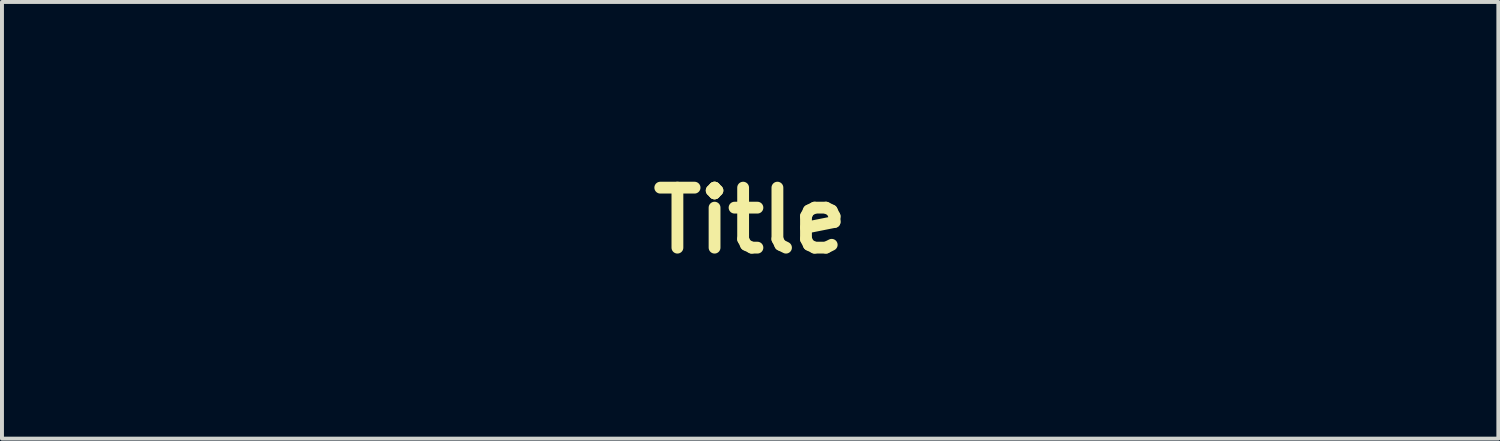
<source format=kicad_pcb>
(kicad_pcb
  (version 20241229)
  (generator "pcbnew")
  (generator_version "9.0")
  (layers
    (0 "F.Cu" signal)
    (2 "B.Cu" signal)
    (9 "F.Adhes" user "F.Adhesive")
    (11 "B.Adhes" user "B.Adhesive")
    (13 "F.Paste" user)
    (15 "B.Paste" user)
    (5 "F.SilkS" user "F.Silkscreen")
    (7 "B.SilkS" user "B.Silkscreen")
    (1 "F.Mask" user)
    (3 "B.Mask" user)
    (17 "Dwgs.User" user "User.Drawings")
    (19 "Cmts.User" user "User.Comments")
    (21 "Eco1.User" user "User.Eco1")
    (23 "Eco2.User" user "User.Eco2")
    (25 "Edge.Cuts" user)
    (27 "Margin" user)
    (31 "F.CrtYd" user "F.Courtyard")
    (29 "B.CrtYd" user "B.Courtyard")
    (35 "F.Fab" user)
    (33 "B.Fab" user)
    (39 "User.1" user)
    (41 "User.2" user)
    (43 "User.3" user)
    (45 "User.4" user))
  (footprint "Title"
    (layer "F.Cu")
    (at 16.007 2.551)
    (property "Reference" "Title" (at 0 0 0) (layer "F.SilkS") (effects (font (size 1.524 1.524) (thickness 0.3))))
    (attr through_hole)
    (fp_poly (pts (xy -11.417 -1.079) (xy -11.245 -1.014) (xy -11.11 -0.905) (xy -11.068 -0.843) (xy -11.017 -0.664) (xy -11.013 -0.436) (xy -11.051 -0.18) (xy -11.125 0.088) (xy -11.231 0.348) (xy -11.362 0.583) (xy -11.514 0.774) (xy -11.569 0.826) (xy -11.769 0.971) (xy -12 1.1) (xy -12.235 1.199) (xy -12.444 1.255) (xy -12.483 1.26) (xy -12.619 1.265) (xy -12.712 1.241) (xy -12.804 1.175) (xy -12.823 1.158) (xy -12.933 1.026) (xy -12.993 0.862) (xy -13.007 0.65) (xy -12.994 0.481) (xy -12.554 0.481) (xy -12.524 0.685) (xy -12.454 0.84) (xy -12.35 0.94) (xy -12.219 0.978) (xy -12.07 0.944) (xy -11.925 0.849) (xy -11.793 0.693) (xy -11.671 0.48) (xy -11.571 0.236) (xy -11.504 -0.014) (xy -11.483 -0.165) (xy -11.482 -0.399) (xy -11.518 -0.569) (xy -11.595 -0.69) (xy -11.661 -0.743) (xy -11.795 -0.787) (xy -11.94 -0.756) (xy -12.085 -0.661) (xy -12.225 -0.509) (xy -12.35 -0.31) (xy -12.453 -0.073) (xy -12.526 0.194) (xy -12.534 0.237) (xy -12.554 0.481) (xy -12.994 0.481) (xy -12.993 0.462) (xy -12.909 0.07) (xy -12.759 -0.269) (xy -12.543 -0.556) (xy -12.26 -0.791) (xy -12.051 -0.911) (xy -11.884 -0.987) (xy -11.724 -1.048) (xy -11.605 -1.083) (xy -11.594 -1.085) (xy -11.417 -1.079)) (stroke (width 0.01) (type solid)) (fill yes) (layer "F.Mask"))
    (fp_poly (pts (xy 0.326 -2.01) (xy 0.492 -1.888) (xy 0.552 -1.808) (xy 0.619 -1.67) (xy 0.625 -1.556) (xy 0.565 -1.445) (xy 0.435 -1.317) (xy 0.434 -1.316) (xy 0.233 -1.144) (xy 0.199 -1.281) (xy 0.128 -1.505) (xy 0.033 -1.654) (xy -0.094 -1.741) (xy -0.267 -1.776) (xy -0.33 -1.778) (xy -0.517 -1.746) (xy -0.73 -1.659) (xy -0.946 -1.53) (xy -1.141 -1.371) (xy -1.206 -1.304) (xy -1.473 -0.949) (xy -1.677 -0.546) (xy -1.82 -0.089) (xy -1.864 0.126) (xy -1.894 0.463) (xy -1.857 0.752) (xy -1.754 0.991) (xy -1.585 1.178) (xy -1.563 1.195) (xy -1.386 1.276) (xy -1.161 1.298) (xy -0.899 1.264) (xy -0.613 1.176) (xy -0.314 1.034) (xy -0.278 1.014) (xy -0.137 0.936) (xy -0.024 0.88) (xy 0.042 0.856) (xy 0.049 0.856) (xy 0.071 0.896) (xy 0.033 0.966) (xy -0.056 1.056) (xy -0.183 1.152) (xy -0.318 1.235) (xy -0.659 1.398) (xy -0.993 1.514) (xy -1.306 1.581) (xy -1.585 1.596) (xy -1.816 1.556) (xy -1.835 1.55) (xy -2.06 1.427) (xy -2.224 1.248) (xy -2.326 1.012) (xy -2.368 0.717) (xy -2.37 0.652) (xy -2.332 0.227) (xy -2.22 -0.195) (xy -2.042 -0.6) (xy -1.807 -0.978) (xy -1.523 -1.319) (xy -1.197 -1.609) (xy -0.839 -1.839) (xy -0.472 -1.991) (xy -0.159 -2.062) (xy 0.108 -2.068) (xy 0.326 -2.01)) (stroke (width 0.01) (type solid)) (fill yes) (layer "F.Mask"))
    (fp_poly (pts (xy 6.884 -2.531) (xy 7.118 -2.519) (xy 6.999 -2.361) (xy 6.919 -2.265) (xy 6.852 -2.223) (xy 6.762 -2.22) (xy 6.704 -2.227) (xy 6.603 -2.237) (xy 6.518 -2.23) (xy 6.445 -2.199) (xy 6.38 -2.136) (xy 6.319 -2.033) (xy 6.258 -1.883) (xy 6.192 -1.677) (xy 6.118 -1.409) (xy 6.031 -1.071) (xy 5.976 -0.847) (xy 5.873 -0.425) (xy 5.791 -0.079) (xy 5.729 0.198) (xy 5.686 0.411) (xy 5.66 0.568) (xy 5.65 0.673) (xy 5.655 0.733) (xy 5.656 0.738) (xy 5.716 0.796) (xy 5.816 0.792) (xy 5.907 0.747) (xy 5.991 0.694) (xy 6.114 0.619) (xy 6.191 0.574) (xy 6.306 0.51) (xy 6.366 0.487) (xy 6.389 0.502) (xy 6.392 0.541) (xy 6.359 0.596) (xy 6.269 0.684) (xy 6.137 0.793) (xy 5.981 0.913) (xy 5.814 1.031) (xy 5.654 1.136) (xy 5.516 1.218) (xy 5.414 1.264) (xy 5.383 1.27) (xy 5.293 1.23) (xy 5.229 1.145) (xy 5.184 1.033) (xy 5.165 0.94) (xy 5.174 0.878) (xy 5.2 0.746) (xy 5.241 0.558) (xy 5.292 0.327) (xy 5.351 0.065) (xy 5.415 -0.215) (xy 5.481 -0.499) (xy 5.546 -0.774) (xy 5.607 -1.029) (xy 5.66 -1.249) (xy 5.704 -1.422) (xy 5.735 -1.532) (xy 5.871 -1.864) (xy 6.063 -2.134) (xy 6.189 -2.252) (xy 6.38 -2.396) (xy 6.542 -2.484) (xy 6.698 -2.526) (xy 6.873 -2.532) (xy 6.884 -2.531)) (stroke (width 0.01) (type solid)) (fill yes) (layer "F.Mask"))
    (fp_poly (pts (xy 8.393 -2.538) (xy 8.424 -2.517) (xy 8.4 -2.472) (xy 8.34 -2.388) (xy 8.308 -2.347) (xy 8.23 -2.258) (xy 8.161 -2.22) (xy 8.064 -2.219) (xy 7.996 -2.227) (xy 7.909 -2.236) (xy 7.835 -2.233) (xy 7.77 -2.21) (xy 7.711 -2.16) (xy 7.656 -2.078) (xy 7.6 -1.954) (xy 7.541 -1.783) (xy 7.475 -1.556) (xy 7.399 -1.268) (xy 7.309 -0.911) (xy 7.219 -0.542) (xy 7.126 -0.15) (xy 7.057 0.166) (xy 7.012 0.412) (xy 6.99 0.594) (xy 6.99 0.716) (xy 7.012 0.784) (xy 7.052 0.804) (xy 7.118 0.784) (xy 7.233 0.729) (xy 7.376 0.651) (xy 7.413 0.629) (xy 7.582 0.535) (xy 7.689 0.489) (xy 7.74 0.493) (xy 7.742 0.543) (xy 7.734 0.565) (xy 7.688 0.617) (xy 7.586 0.702) (xy 7.444 0.808) (xy 7.279 0.924) (xy 7.107 1.039) (xy 6.945 1.141) (xy 6.809 1.22) (xy 6.716 1.264) (xy 6.692 1.27) (xy 6.604 1.231) (xy 6.532 1.121) (xy 6.501 1.049) (xy 6.485 0.982) (xy 6.487 0.899) (xy 6.505 0.78) (xy 6.542 0.605) (xy 6.557 0.539) (xy 6.639 0.175) (xy 6.724 -0.189) (xy 6.809 -0.542) (xy 6.891 -0.874) (xy 6.968 -1.173) (xy 7.036 -1.428) (xy 7.092 -1.627) (xy 7.135 -1.76) (xy 7.149 -1.796) (xy 7.245 -1.955) (xy 7.392 -2.129) (xy 7.565 -2.294) (xy 7.739 -2.424) (xy 7.798 -2.458) (xy 7.897 -2.494) (xy 8.029 -2.521) (xy 8.172 -2.539) (xy 8.301 -2.546) (xy 8.393 -2.538)) (stroke (width 0.01) (type solid)) (fill yes) (layer "F.Mask"))
    (fp_poly (pts (xy -3.568 -1.081) (xy -3.471 -1.049) (xy -3.439 -1.007) (xy -3.44 -1.003) (xy -3.463 -0.936) (xy -3.502 -0.82) (xy -3.532 -0.73) (xy -3.576 -0.608) (xy -3.613 -0.528) (xy -3.63 -0.508) (xy -3.677 -0.533) (xy -3.732 -0.578) (xy -3.846 -0.63) (xy -3.995 -0.633) (xy -4.15 -0.593) (xy -4.282 -0.518) (xy -4.353 -0.433) (xy -4.376 -0.369) (xy -4.415 -0.238) (xy -4.466 -0.056) (xy -4.524 0.163) (xy -4.57 0.339) (xy -4.631 0.572) (xy -4.688 0.776) (xy -4.736 0.939) (xy -4.771 1.044) (xy -4.787 1.077) (xy -4.855 1.123) (xy -4.956 1.169) (xy -5.066 1.206) (xy -5.158 1.225) (xy -5.205 1.219) (xy -5.207 1.213) (xy -5.196 1.158) (xy -5.166 1.036) (xy -5.121 0.859) (xy -5.064 0.64) (xy -4.998 0.395) (xy -4.995 0.382) (xy -4.929 0.131) (xy -4.871 -0.097) (xy -4.825 -0.287) (xy -4.795 -0.426) (xy -4.784 -0.497) (xy -4.784 -0.498) (xy -4.808 -0.589) (xy -4.884 -0.617) (xy -5.012 -0.582) (xy -5.08 -0.55) (xy -5.201 -0.493) (xy -5.263 -0.48) (xy -5.278 -0.514) (xy -5.265 -0.582) (xy -5.219 -0.637) (xy -5.115 -0.714) (xy -4.973 -0.802) (xy -4.81 -0.893) (xy -4.644 -0.975) (xy -4.495 -1.04) (xy -4.38 -1.078) (xy -4.319 -1.08) (xy -4.285 -1.012) (xy -4.29 -0.905) (xy -4.299 -0.81) (xy -4.294 -0.763) (xy -4.291 -0.762) (xy -4.247 -0.785) (xy -4.163 -0.842) (xy -4.135 -0.863) (xy -3.928 -1) (xy -3.755 -1.072) (xy -3.603 -1.086) (xy -3.568 -1.081)) (stroke (width 0.01) (type solid)) (fill yes) (layer "F.Mask"))
    (fp_poly (pts (xy -5.632 -1.02) (xy -5.546 -0.904) (xy -5.519 -0.746) (xy -5.557 -0.559) (xy -5.586 -0.49) (xy -5.677 -0.358) (xy -5.827 -0.201) (xy -6.021 -0.031) (xy -6.244 0.137) (xy -6.479 0.291) (xy -6.495 0.3) (xy -6.594 0.37) (xy -6.637 0.445) (xy -6.646 0.556) (xy -6.618 0.703) (xy -6.543 0.829) (xy -6.441 0.912) (xy -6.363 0.93) (xy -6.237 0.902) (xy -6.07 0.826) (xy -5.883 0.713) (xy -5.727 0.599) (xy -5.612 0.51) (xy -5.524 0.447) (xy -5.483 0.423) (xy -5.466 0.46) (xy -5.461 0.526) (xy -5.484 0.6) (xy -5.558 0.692) (xy -5.694 0.813) (xy -5.731 0.843) (xy -6.029 1.054) (xy -6.302 1.193) (xy -6.546 1.26) (xy -6.757 1.252) (xy -6.858 1.216) (xy -6.993 1.102) (xy -7.074 0.926) (xy -7.099 0.689) (xy -7.093 0.584) (xy -7.057 0.335) (xy -7.016 0.168) (xy -6.637 0.168) (xy -6.447 0.031) (xy -6.304 -0.083) (xy -6.163 -0.212) (xy -6.113 -0.264) (xy -6.017 -0.389) (xy -5.975 -0.504) (xy -5.969 -0.594) (xy -5.989 -0.731) (xy -6.051 -0.795) (xy -6.157 -0.788) (xy -6.201 -0.77) (xy -6.274 -0.704) (xy -6.361 -0.579) (xy -6.45 -0.415) (xy -6.529 -0.234) (xy -6.587 -0.059) (xy -6.598 -0.011) (xy -6.637 0.168) (xy -7.016 0.168) (xy -6.992 0.068) (xy -6.908 -0.188) (xy -6.813 -0.408) (xy -6.736 -0.537) (xy -6.619 -0.666) (xy -6.457 -0.802) (xy -6.276 -0.928) (xy -6.101 -1.027) (xy -5.956 -1.081) (xy -5.949 -1.082) (xy -5.768 -1.083) (xy -5.632 -1.02)) (stroke (width 0.01) (type solid)) (fill yes) (layer "F.Mask"))
    (fp_poly (pts (xy -9.005 -2.535) (xy -8.916 -2.522) (xy -8.892 -2.508) (xy -8.918 -2.459) (xy -8.982 -2.374) (xy -9.014 -2.336) (xy -9.099 -2.248) (xy -9.172 -2.215) (xy -9.269 -2.221) (xy -9.283 -2.224) (xy -9.404 -2.239) (xy -9.5 -2.228) (xy -9.578 -2.182) (xy -9.647 -2.09) (xy -9.713 -1.943) (xy -9.783 -1.732) (xy -9.857 -1.476) (xy -9.929 -1.21) (xy -10.004 -0.919) (xy -10.077 -0.616) (xy -10.147 -0.317) (xy -10.21 -0.034) (xy -10.262 0.218) (xy -10.302 0.426) (xy -10.325 0.575) (xy -10.329 0.635) (xy -10.32 0.739) (xy -10.286 0.793) (xy -10.215 0.795) (xy -10.099 0.747) (xy -9.927 0.648) (xy -9.906 0.635) (xy -9.748 0.54) (xy -9.649 0.487) (xy -9.594 0.473) (xy -9.571 0.492) (xy -9.567 0.528) (xy -9.601 0.584) (xy -9.693 0.671) (xy -9.826 0.78) (xy -9.985 0.899) (xy -10.156 1.018) (xy -10.322 1.125) (xy -10.468 1.209) (xy -10.578 1.26) (xy -10.622 1.27) (xy -10.701 1.241) (xy -10.766 1.145) (xy -10.781 1.111) (xy -10.8 1.061) (xy -10.812 1.01) (xy -10.816 0.948) (xy -10.809 0.863) (xy -10.791 0.746) (xy -10.759 0.587) (xy -10.712 0.373) (xy -10.649 0.096) (xy -10.588 -0.169) (xy -10.492 -0.584) (xy -10.411 -0.925) (xy -10.343 -1.202) (xy -10.284 -1.422) (xy -10.233 -1.596) (xy -10.185 -1.731) (xy -10.138 -1.837) (xy -10.088 -1.923) (xy -10.034 -1.997) (xy -9.972 -2.068) (xy -9.955 -2.087) (xy -9.741 -2.296) (xy -9.545 -2.435) (xy -9.352 -2.514) (xy -9.148 -2.54) (xy -9.136 -2.54) (xy -9.005 -2.535)) (stroke (width 0.01) (type solid)) (fill yes) (layer "F.Mask"))
    (fp_poly (pts (xy 15.738 -1.075) (xy 15.848 -1.013) (xy 15.928 -0.926) (xy 15.958 -0.813) (xy 15.96 -0.757) (xy 15.94 -0.598) (xy 15.875 -0.446) (xy 15.759 -0.291) (xy 15.584 -0.127) (xy 15.343 0.056) (xy 15.137 0.196) (xy 14.969 0.312) (xy 14.867 0.407) (xy 14.823 0.497) (xy 14.828 0.6) (xy 14.874 0.734) (xy 14.877 0.741) (xy 14.953 0.86) (xy 15.057 0.913) (xy 15.2 0.902) (xy 15.375 0.835) (xy 15.545 0.744) (xy 15.72 0.631) (xy 15.79 0.578) (xy 15.897 0.494) (xy 15.956 0.459) (xy 15.983 0.468) (xy 15.995 0.517) (xy 15.996 0.519) (xy 15.985 0.591) (xy 15.925 0.679) (xy 15.805 0.798) (xy 15.785 0.817) (xy 15.553 0.997) (xy 15.312 1.134) (xy 15.076 1.224) (xy 14.86 1.262) (xy 14.678 1.243) (xy 14.61 1.213) (xy 14.498 1.119) (xy 14.43 0.981) (xy 14.398 0.786) (xy 14.395 0.676) (xy 14.428 0.303) (xy 14.489 0.067) (xy 14.863 0.067) (xy 14.87 0.123) (xy 14.88 0.127) (xy 14.925 0.103) (xy 15.017 0.039) (xy 15.139 -0.051) (xy 15.159 -0.066) (xy 15.364 -0.248) (xy 15.489 -0.418) (xy 15.536 -0.581) (xy 15.511 -0.737) (xy 15.451 -0.794) (xy 15.356 -0.796) (xy 15.251 -0.747) (xy 15.207 -0.709) (xy 15.14 -0.617) (xy 15.067 -0.486) (xy 14.995 -0.334) (xy 14.933 -0.179) (xy 14.887 -0.039) (xy 14.863 0.067) (xy 14.489 0.067) (xy 14.529 -0.087) (xy 14.611 -0.301) (xy 14.716 -0.48) (xy 14.871 -0.659) (xy 15.056 -0.825) (xy 15.254 -0.964) (xy 15.446 -1.06) (xy 15.614 -1.1) (xy 15.629 -1.101) (xy 15.738 -1.075)) (stroke (width 0.01) (type solid)) (fill yes) (layer "F.Mask"))
    (fp_poly (pts (xy 9.269 -1.02) (xy 9.355 -0.904) (xy 9.382 -0.747) (xy 9.344 -0.559) (xy 9.314 -0.487) (xy 9.254 -0.385) (xy 9.172 -0.285) (xy 9.052 -0.174) (xy 8.88 -0.037) (xy 8.789 0.031) (xy 8.622 0.154) (xy 8.477 0.258) (xy 8.368 0.333) (xy 8.31 0.369) (xy 8.309 0.369) (xy 8.273 0.423) (xy 8.256 0.53) (xy 8.255 0.557) (xy 8.284 0.705) (xy 8.36 0.831) (xy 8.464 0.913) (xy 8.541 0.931) (xy 8.646 0.907) (xy 8.793 0.843) (xy 8.96 0.752) (xy 9.121 0.647) (xy 9.217 0.572) (xy 9.333 0.476) (xy 9.4 0.434) (xy 9.431 0.444) (xy 9.44 0.503) (xy 9.44 0.524) (xy 9.412 0.608) (xy 9.323 0.714) (xy 9.197 0.826) (xy 8.919 1.028) (xy 8.652 1.17) (xy 8.403 1.248) (xy 8.182 1.259) (xy 8.056 1.227) (xy 7.967 1.165) (xy 7.887 1.073) (xy 7.833 0.928) (xy 7.814 0.725) (xy 7.827 0.485) (xy 7.869 0.225) (xy 7.883 0.168) (xy 8.264 0.168) (xy 8.455 0.031) (xy 8.598 -0.083) (xy 8.739 -0.212) (xy 8.789 -0.264) (xy 8.884 -0.389) (xy 8.926 -0.504) (xy 8.932 -0.594) (xy 8.912 -0.731) (xy 8.85 -0.795) (xy 8.745 -0.788) (xy 8.701 -0.77) (xy 8.627 -0.704) (xy 8.54 -0.579) (xy 8.452 -0.415) (xy 8.373 -0.234) (xy 8.315 -0.059) (xy 8.303 -0.011) (xy 8.264 0.168) (xy 7.883 0.168) (xy 7.935 -0.037) (xy 8.024 -0.28) (xy 8.132 -0.487) (xy 8.166 -0.537) (xy 8.283 -0.666) (xy 8.444 -0.802) (xy 8.625 -0.928) (xy 8.8 -1.027) (xy 8.945 -1.081) (xy 8.953 -1.082) (xy 9.133 -1.084) (xy 9.269 -1.02)) (stroke (width 0.01) (type solid)) (fill yes) (layer "F.Mask"))
    (fp_poly (pts (xy -13.456 -2.011) (xy -13.3 -1.925) (xy -13.204 -1.779) (xy -13.192 -1.742) (xy -13.178 -1.629) (xy -13.219 -1.535) (xy -13.325 -1.442) (xy -13.416 -1.385) (xy -13.544 -1.309) (xy -13.572 -1.427) (xy -13.627 -1.593) (xy -13.707 -1.689) (xy -13.828 -1.731) (xy -13.912 -1.736) (xy -14.04 -1.727) (xy -14.135 -1.689) (xy -14.236 -1.606) (xy -14.268 -1.575) (xy -14.409 -1.384) (xy -14.47 -1.176) (xy -14.45 -0.961) (xy -14.398 -0.865) (xy -14.284 -0.734) (xy -14.105 -0.564) (xy -14.012 -0.482) (xy -13.852 -0.338) (xy -13.714 -0.202) (xy -13.611 -0.089) (xy -13.558 -0.015) (xy -13.558 -0.015) (xy -13.518 0.176) (xy -13.546 0.395) (xy -13.636 0.63) (xy -13.783 0.866) (xy -13.983 1.089) (xy -13.986 1.092) (xy -14.291 1.327) (xy -14.634 1.487) (xy -14.924 1.563) (xy -15.09 1.592) (xy -15.208 1.602) (xy -15.312 1.595) (xy -15.436 1.567) (xy -15.502 1.55) (xy -15.651 1.494) (xy -15.796 1.415) (xy -15.916 1.327) (xy -15.989 1.245) (xy -16.002 1.205) (xy -15.985 1.123) (xy -15.942 1) (xy -15.884 0.859) (xy -15.82 0.725) (xy -15.763 0.623) (xy -15.723 0.576) (xy -15.723 0.576) (xy -15.675 0.6) (xy -15.621 0.702) (xy -15.601 0.758) (xy -15.492 0.972) (xy -15.333 1.13) (xy -15.14 1.232) (xy -14.926 1.279) (xy -14.704 1.272) (xy -14.489 1.211) (xy -14.294 1.097) (xy -14.133 0.931) (xy -14.019 0.714) (xy -14.007 0.675) (xy -13.977 0.519) (xy -13.992 0.376) (xy -14.059 0.233) (xy -14.184 0.075) (xy -14.374 -0.112) (xy -14.398 -0.134) (xy -14.546 -0.273) (xy -14.675 -0.406) (xy -14.768 -0.514) (xy -14.803 -0.565) (xy -14.866 -0.773) (xy -14.857 -0.996) (xy -14.787 -1.224) (xy -14.664 -1.446) (xy -14.498 -1.648) (xy -14.296 -1.82) (xy -14.069 -1.949) (xy -13.826 -2.024) (xy -13.673 -2.038) (xy -13.456 -2.011)) (stroke (width 0.01) (type solid)) (fill yes) (layer "F.Mask"))
    (fp_poly (pts (xy 4.378 -1.074) (xy 4.57 -1.068) (xy 4.739 -1.056) (xy 4.862 -1.04) (xy 4.902 -1.03) (xy 5 -0.991) (xy 4.914 -0.881) (xy 4.863 -0.79) (xy 4.808 -0.643) (xy 4.751 -0.456) (xy 4.695 -0.243) (xy 4.643 -0.018) (xy 4.599 0.202) (xy 4.565 0.405) (xy 4.544 0.575) (xy 4.54 0.698) (xy 4.556 0.758) (xy 4.565 0.762) (xy 4.623 0.741) (xy 4.728 0.685) (xy 4.844 0.614) (xy 4.967 0.538) (xy 5.06 0.484) (xy 5.102 0.466) (xy 5.117 0.501) (xy 5.115 0.561) (xy 5.081 0.624) (xy 4.99 0.712) (xy 4.835 0.831) (xy 4.644 0.963) (xy 4.411 1.114) (xy 4.239 1.214) (xy 4.119 1.261) (xy 4.045 1.255) (xy 4.01 1.197) (xy 4.006 1.087) (xy 4.022 0.952) (xy 4.039 0.83) (xy 4.047 0.749) (xy 4.046 0.731) (xy 4.01 0.749) (xy 3.922 0.805) (xy 3.8 0.889) (xy 3.765 0.914) (xy 3.518 1.081) (xy 3.325 1.193) (xy 3.177 1.253) (xy 3.067 1.263) (xy 2.984 1.227) (xy 2.958 1.2) (xy 2.927 1.125) (xy 2.909 0.987) (xy 2.903 0.776) (xy 2.903 0.723) (xy 2.909 0.542) (xy 3.345 0.542) (xy 3.348 0.682) (xy 3.366 0.766) (xy 3.373 0.776) (xy 3.437 0.803) (xy 3.536 0.782) (xy 3.681 0.71) (xy 3.838 0.612) (xy 4.129 0.419) (xy 4.262 -0.14) (xy 4.309 -0.347) (xy 4.346 -0.523) (xy 4.37 -0.653) (xy 4.378 -0.722) (xy 4.376 -0.727) (xy 4.328 -0.748) (xy 4.222 -0.771) (xy 4.127 -0.785) (xy 3.966 -0.796) (xy 3.856 -0.779) (xy 3.793 -0.747) (xy 3.702 -0.652) (xy 3.605 -0.492) (xy 3.512 -0.284) (xy 3.432 -0.047) (xy 3.412 0.027) (xy 3.378 0.192) (xy 3.355 0.372) (xy 3.345 0.542) (xy 2.909 0.542) (xy 2.91 0.487) (xy 2.934 0.294) (xy 2.98 0.106) (xy 3.022 -0.021) (xy 3.12 -0.281) (xy 3.223 -0.479) (xy 3.347 -0.637) (xy 3.507 -0.779) (xy 3.648 -0.879) (xy 3.951 -1.079) (xy 4.378 -1.074)) (stroke (width 0.01) (type solid)) (fill yes) (layer "F.Mask"))
    (fp_poly (pts (xy 11.68 -1.091) (xy 11.715 -1.056) (xy 11.728 -0.986) (xy 11.717 -0.87) (xy 11.682 -0.698) (xy 11.622 -0.462) (xy 11.577 -0.293) (xy 11.49 0.036) (xy 11.428 0.294) (xy 11.391 0.485) (xy 11.377 0.62) (xy 11.386 0.704) (xy 11.416 0.745) (xy 11.433 0.752) (xy 11.502 0.739) (xy 11.618 0.691) (xy 11.757 0.62) (xy 11.768 0.614) (xy 11.9 0.543) (xy 12.001 0.496) (xy 12.052 0.482) (xy 12.054 0.483) (xy 12.062 0.546) (xy 11.993 0.642) (xy 11.846 0.768) (xy 11.631 0.92) (xy 11.405 1.066) (xy 11.238 1.168) (xy 11.119 1.231) (xy 11.038 1.258) (xy 10.984 1.255) (xy 10.956 1.237) (xy 10.921 1.159) (xy 10.915 1.02) (xy 10.937 0.817) (xy 10.99 0.544) (xy 11.063 0.233) (xy 11.134 -0.056) (xy 11.184 -0.272) (xy 11.214 -0.427) (xy 11.226 -0.53) (xy 11.221 -0.591) (xy 11.201 -0.619) (xy 11.195 -0.622) (xy 11.142 -0.607) (xy 11.036 -0.555) (xy 10.894 -0.474) (xy 10.795 -0.414) (xy 10.44 -0.191) (xy 10.283 0.437) (xy 10.228 0.655) (xy 10.179 0.842) (xy 10.141 0.984) (xy 10.116 1.066) (xy 10.111 1.08) (xy 10.066 1.104) (xy 9.968 1.149) (xy 9.895 1.181) (xy 9.776 1.228) (xy 9.716 1.24) (xy 9.695 1.218) (xy 9.694 1.202) (xy 9.705 1.139) (xy 9.735 1.012) (xy 9.779 0.835) (xy 9.835 0.625) (xy 9.861 0.528) (xy 9.959 0.16) (xy 10.034 -0.141) (xy 10.084 -0.372) (xy 10.109 -0.531) (xy 10.108 -0.613) (xy 10.103 -0.621) (xy 10.053 -0.621) (xy 9.952 -0.592) (xy 9.865 -0.559) (xy 9.743 -0.51) (xy 9.679 -0.493) (xy 9.656 -0.509) (xy 9.652 -0.551) (xy 9.687 -0.618) (xy 9.795 -0.708) (xy 9.95 -0.805) (xy 10.195 -0.944) (xy 10.377 -1.035) (xy 10.503 -1.076) (xy 10.579 -1.068) (xy 10.612 -1.01) (xy 10.608 -0.901) (xy 10.577 -0.745) (xy 10.512 -0.473) (xy 10.855 -0.69) (xy 11.107 -0.846) (xy 11.32 -0.968) (xy 11.486 -1.053) (xy 11.595 -1.096) (xy 11.622 -1.101) (xy 11.68 -1.091)) (stroke (width 0.01) (type solid)) (fill yes) (layer "F.Mask"))
    (fp_poly (pts (xy -6.562 -2.539) (xy -6.52 -2.516) (xy -6.519 -2.513) (xy -6.54 -2.463) (xy -6.59 -2.372) (xy -6.61 -2.339) (xy -6.677 -2.245) (xy -6.741 -2.21) (xy -6.836 -2.214) (xy -6.846 -2.216) (xy -7.027 -2.217) (xy -7.168 -2.148) (xy -7.281 -2.012) (xy -7.323 -1.918) (xy -7.378 -1.758) (xy -7.441 -1.546) (xy -7.512 -1.292) (xy -7.585 -1.01) (xy -7.659 -0.711) (xy -7.731 -0.409) (xy -7.797 -0.116) (xy -7.855 0.156) (xy -7.901 0.394) (xy -7.933 0.587) (xy -7.948 0.721) (xy -7.945 0.78) (xy -7.92 0.822) (xy -7.877 0.824) (xy -7.789 0.783) (xy -7.78 0.779) (xy -7.658 0.71) (xy -7.516 0.621) (xy -7.464 0.587) (xy -7.343 0.507) (xy -7.276 0.474) (xy -7.246 0.486) (xy -7.239 0.54) (xy -7.239 0.551) (xy -7.263 0.616) (xy -7.341 0.699) (xy -7.478 0.806) (xy -7.679 0.942) (xy -7.886 1.071) (xy -8.092 1.188) (xy -8.241 1.251) (xy -8.339 1.256) (xy -8.395 1.202) (xy -8.417 1.089) (xy -8.415 0.963) (xy -8.411 0.846) (xy -8.413 0.773) (xy -8.417 0.762) (xy -8.455 0.785) (xy -8.545 0.845) (xy -8.667 0.93) (xy -8.692 0.947) (xy -8.919 1.102) (xy -9.092 1.203) (xy -9.221 1.255) (xy -9.314 1.261) (xy -9.382 1.224) (xy -9.395 1.211) (xy -9.473 1.052) (xy -9.5 0.831) (xy -9.478 0.582) (xy -9.059 0.582) (xy -9.053 0.73) (xy -9.028 0.817) (xy -8.973 0.845) (xy -8.877 0.816) (xy -8.729 0.734) (xy -8.632 0.672) (xy -8.502 0.588) (xy -8.403 0.524) (xy -8.353 0.491) (xy -8.351 0.49) (xy -8.339 0.448) (xy -8.311 0.338) (xy -8.273 0.177) (xy -8.227 -0.022) (xy -8.212 -0.087) (xy -8.082 -0.656) (xy -8.178 -0.734) (xy -8.306 -0.788) (xy -8.455 -0.771) (xy -8.604 -0.687) (xy -8.628 -0.666) (xy -8.752 -0.508) (xy -8.865 -0.289) (xy -8.959 -0.03) (xy -9.026 0.246) (xy -9.058 0.515) (xy -9.059 0.582) (xy -9.478 0.582) (xy -9.475 0.552) (xy -9.399 0.22) (xy -9.3 -0.084) (xy -9.219 -0.291) (xy -9.137 -0.443) (xy -9.039 -0.569) (xy -8.974 -0.636) (xy -8.803 -0.781) (xy -8.612 -0.911) (xy -8.42 -1.013) (xy -8.249 -1.077) (xy -8.124 -1.093) (xy -8.058 -1.089) (xy -8.013 -1.106) (xy -7.978 -1.159) (xy -7.94 -1.264) (xy -7.897 -1.408) (xy -7.837 -1.588) (xy -7.766 -1.757) (xy -7.7 -1.88) (xy -7.693 -1.89) (xy -7.559 -2.045) (xy -7.38 -2.21) (xy -7.184 -2.359) (xy -7.02 -2.459) (xy -6.913 -2.499) (xy -6.784 -2.527) (xy -6.659 -2.541) (xy -6.562 -2.539)) (stroke (width 0.01) (type solid)) (fill yes) (layer "F.Mask"))
    (fp_poly (pts (xy 2.413 -2.536) (xy 2.505 -2.524) (xy 2.533 -2.508) (xy 2.503 -2.456) (xy 2.443 -2.362) (xy 2.413 -2.318) (xy 2.342 -2.22) (xy 2.279 -2.178) (xy 2.19 -2.176) (xy 2.128 -2.185) (xy 1.933 -2.196) (xy 1.792 -2.157) (xy 1.686 -2.063) (xy 1.656 -2.019) (xy 1.622 -1.942) (xy 1.574 -1.806) (xy 1.517 -1.628) (xy 1.456 -1.423) (xy 1.395 -1.207) (xy 1.339 -0.997) (xy 1.291 -0.807) (xy 1.256 -0.654) (xy 1.239 -0.554) (xy 1.241 -0.523) (xy 1.282 -0.536) (xy 1.381 -0.586) (xy 1.521 -0.665) (xy 1.685 -0.761) (xy 1.928 -0.905) (xy 2.111 -1.004) (xy 2.244 -1.063) (xy 2.339 -1.086) (xy 2.404 -1.076) (xy 2.437 -1.053) (xy 2.455 -1.021) (xy 2.461 -0.966) (xy 2.451 -0.878) (xy 2.424 -0.744) (xy 2.378 -0.552) (xy 2.31 -0.291) (xy 2.306 -0.275) (xy 2.221 0.062) (xy 2.162 0.324) (xy 2.129 0.519) (xy 2.12 0.653) (xy 2.135 0.731) (xy 2.174 0.761) (xy 2.184 0.762) (xy 2.252 0.742) (xy 2.368 0.688) (xy 2.505 0.613) (xy 2.506 0.612) (xy 2.635 0.54) (xy 2.732 0.492) (xy 2.778 0.478) (xy 2.779 0.479) (xy 2.779 0.526) (xy 2.76 0.593) (xy 2.714 0.646) (xy 2.611 0.731) (xy 2.469 0.837) (xy 2.305 0.951) (xy 2.136 1.062) (xy 1.978 1.16) (xy 1.848 1.232) (xy 1.764 1.268) (xy 1.751 1.27) (xy 1.696 1.236) (xy 1.677 1.203) (xy 1.652 1.051) (xy 1.668 0.828) (xy 1.723 0.536) (xy 1.739 0.466) (xy 1.822 0.12) (xy 1.883 -0.15) (xy 1.925 -0.352) (xy 1.948 -0.493) (xy 1.953 -0.579) (xy 1.943 -0.616) (xy 1.941 -0.618) (xy 1.89 -0.608) (xy 1.787 -0.564) (xy 1.651 -0.496) (xy 1.504 -0.415) (xy 1.363 -0.331) (xy 1.249 -0.255) (xy 1.195 -0.212) (xy 1.155 -0.141) (xy 1.102 0.001) (xy 1.042 0.203) (xy 0.977 0.453) (xy 0.975 0.462) (xy 0.917 0.696) (xy 0.874 0.862) (xy 0.837 0.974) (xy 0.802 1.046) (xy 0.762 1.092) (xy 0.711 1.125) (xy 0.67 1.147) (xy 0.556 1.198) (xy 0.468 1.226) (xy 0.453 1.228) (xy 0.447 1.188) (xy 0.46 1.078) (xy 0.489 0.908) (xy 0.531 0.689) (xy 0.584 0.433) (xy 0.645 0.149) (xy 0.712 -0.15) (xy 0.782 -0.454) (xy 0.854 -0.751) (xy 0.923 -1.031) (xy 0.988 -1.283) (xy 1.046 -1.494) (xy 1.095 -1.655) (xy 1.131 -1.755) (xy 1.135 -1.763) (xy 1.247 -1.927) (xy 1.417 -2.108) (xy 1.624 -2.285) (xy 1.808 -2.414) (xy 1.941 -2.488) (xy 2.064 -2.527) (xy 2.218 -2.539) (xy 2.277 -2.54) (xy 2.413 -2.536)) (stroke (width 0.01) (type solid)) (fill yes) (layer "F.Mask"))
    (fp_poly (pts (xy 14.234 -1.089) (xy 14.327 -1.071) (xy 14.356 -1.033) (xy 14.329 -0.97) (xy 14.253 -0.878) (xy 14.225 -0.848) (xy 14.183 -0.802) (xy 14.147 -0.756) (xy 14.115 -0.7) (xy 14.084 -0.626) (xy 14.051 -0.524) (xy 14.013 -0.384) (xy 13.967 -0.197) (xy 13.911 0.047) (xy 13.84 0.358) (xy 13.781 0.621) (xy 13.714 0.914) (xy 13.646 1.189) (xy 13.584 1.431) (xy 13.529 1.628) (xy 13.485 1.765) (xy 13.464 1.816) (xy 13.356 1.965) (xy 13.189 2.124) (xy 12.983 2.275) (xy 12.759 2.401) (xy 12.719 2.419) (xy 12.544 2.475) (xy 12.325 2.514) (xy 12.086 2.534) (xy 11.851 2.536) (xy 11.644 2.517) (xy 11.491 2.477) (xy 11.472 2.469) (xy 11.375 2.407) (xy 11.329 2.332) (xy 11.311 2.212) (xy 11.308 2.125) (xy 11.322 2.055) (xy 11.363 1.982) (xy 11.377 1.967) (xy 11.769 1.967) (xy 11.807 2.078) (xy 11.913 2.163) (xy 12.073 2.218) (xy 12.273 2.24) (xy 12.499 2.224) (xy 12.639 2.196) (xy 12.842 2.105) (xy 12.95 2.009) (xy 12.985 1.967) (xy 13.015 1.923) (xy 13.044 1.867) (xy 13.074 1.789) (xy 13.107 1.68) (xy 13.146 1.531) (xy 13.195 1.331) (xy 13.256 1.072) (xy 13.333 0.744) (xy 13.367 0.594) (xy 13.372 0.55) (xy 13.351 0.541) (xy 13.294 0.572) (xy 13.189 0.649) (xy 13.098 0.72) (xy 12.76 0.987) (xy 12.482 1.21) (xy 12.26 1.392) (xy 12.089 1.539) (xy 11.961 1.658) (xy 11.87 1.753) (xy 11.812 1.83) (xy 11.781 1.895) (xy 11.769 1.952) (xy 11.769 1.967) (xy 11.377 1.967) (xy 11.442 1.89) (xy 11.57 1.759) (xy 11.586 1.743) (xy 11.742 1.591) (xy 11.905 1.438) (xy 12.046 1.312) (xy 12.084 1.28) (xy 12.196 1.184) (xy 12.253 1.119) (xy 12.266 1.066) (xy 12.246 1.004) (xy 12.242 0.996) (xy 12.2 0.84) (xy 12.2 0.639) (xy 12.231 0.447) (xy 12.67 0.447) (xy 12.684 0.59) (xy 12.694 0.617) (xy 12.738 0.693) (xy 12.768 0.72) (xy 12.812 0.696) (xy 12.907 0.633) (xy 13.037 0.54) (xy 13.125 0.476) (xy 13.454 0.233) (xy 13.551 -0.123) (xy 13.612 -0.325) (xy 13.674 -0.468) (xy 13.75 -0.578) (xy 13.795 -0.626) (xy 13.943 -0.774) (xy 13.544 -0.745) (xy 13.304 -0.72) (xy 13.138 -0.685) (xy 13.039 -0.64) (xy 12.953 -0.541) (xy 12.869 -0.38) (xy 12.792 -0.179) (xy 12.73 0.04) (xy 12.687 0.256) (xy 12.67 0.447) (xy 12.231 0.447) (xy 12.241 0.381) (xy 12.275 0.238) (xy 12.357 -0.048) (xy 12.444 -0.269) (xy 12.544 -0.446) (xy 12.67 -0.598) (xy 12.719 -0.647) (xy 12.895 -0.804) (xy 13.059 -0.916) (xy 13.233 -0.992) (xy 13.439 -1.04) (xy 13.699 -1.07) (xy 13.832 -1.078) (xy 14.072 -1.09) (xy 14.234 -1.089)) (stroke (width 0.01) (type solid)) (fill yes) (layer "F.Mask")))
  (gr_rect
    (start -3 -3)
    (end 35.008 8.092)
    (stroke (width 0.1) (type default))
    (fill no)
    (layer "Edge.Cuts")))
</source>
